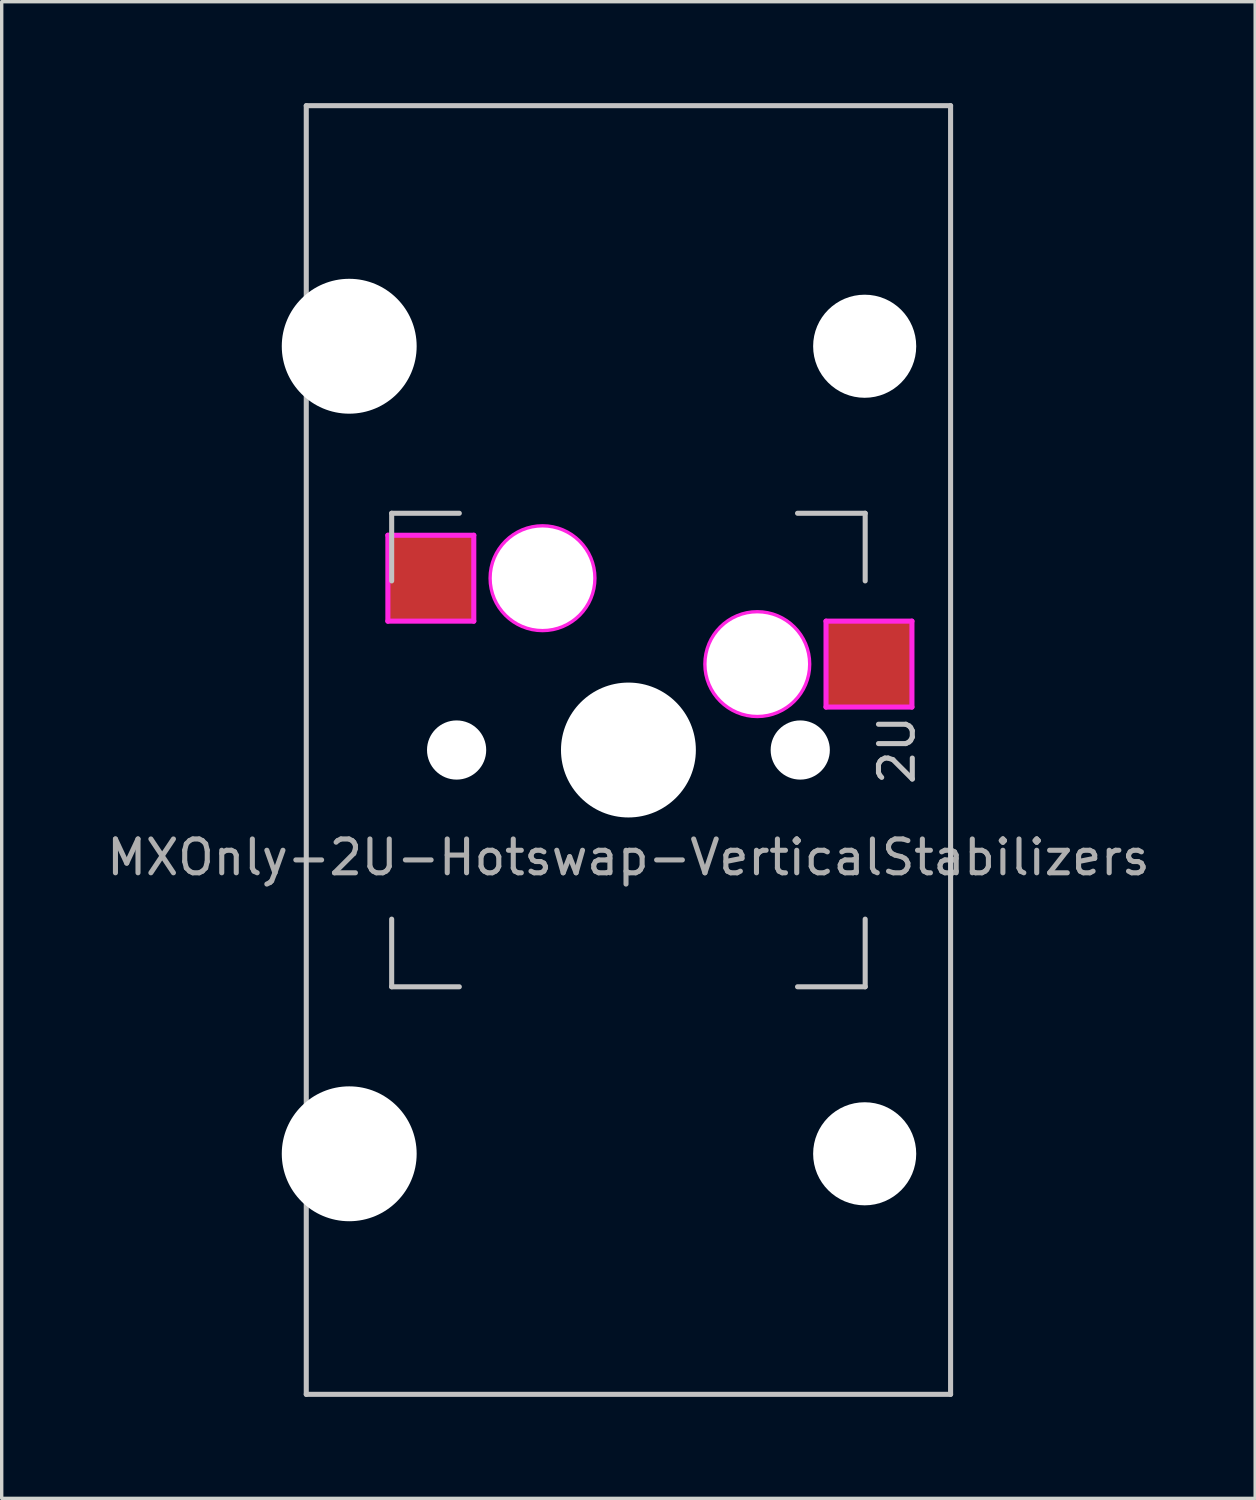
<source format=kicad_pcb>
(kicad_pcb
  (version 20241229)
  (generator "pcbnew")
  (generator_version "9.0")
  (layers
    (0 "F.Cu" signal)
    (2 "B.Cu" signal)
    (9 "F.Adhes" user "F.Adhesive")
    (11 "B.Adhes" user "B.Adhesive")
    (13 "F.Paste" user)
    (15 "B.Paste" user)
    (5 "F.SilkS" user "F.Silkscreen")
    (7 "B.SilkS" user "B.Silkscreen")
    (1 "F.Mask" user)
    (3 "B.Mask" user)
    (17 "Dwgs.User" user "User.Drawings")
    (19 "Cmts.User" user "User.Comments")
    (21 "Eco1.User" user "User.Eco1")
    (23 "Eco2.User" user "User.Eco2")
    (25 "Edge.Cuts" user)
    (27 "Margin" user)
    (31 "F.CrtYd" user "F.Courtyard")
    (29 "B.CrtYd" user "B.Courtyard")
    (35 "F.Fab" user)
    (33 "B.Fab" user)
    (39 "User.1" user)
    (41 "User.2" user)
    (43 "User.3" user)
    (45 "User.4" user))
  (footprint "MXOnly-2U-Hotswap-VerticalStabilizers"
    (layer "F.Cu")
    (at 15.53 19.125)
    (property "Reference" "MXOnly-2U-Hotswap-VerticalStabilizers" (at 0 3.175 0) (layer "F.Fab") (effects (font (size 1 1) (thickness 0.15))))
    (attr through_hole)
    (fp_line (start -9.525 19.05) (end -9.525 -19.05) (stroke (width 0.15) (type solid)) (layer "Dwgs.User"))
    (fp_line (start -9.525 19.05) (end 9.525 19.05) (stroke (width 0.15) (type solid)) (layer "Dwgs.User"))
    (fp_line (start -7 -7) (end -7 -5) (stroke (width 0.15) (type solid)) (layer "Dwgs.User"))
    (fp_line (start -7 7) (end -7 5) (stroke (width 0.15) (type solid)) (layer "Dwgs.User"))
    (fp_line (start -5 -7) (end -7 -7) (stroke (width 0.15) (type solid)) (layer "Dwgs.User"))
    (fp_line (start -5 7) (end -7 7) (stroke (width 0.15) (type solid)) (layer "Dwgs.User"))
    (fp_line (start 5 -7) (end 7 -7) (stroke (width 0.15) (type solid)) (layer "Dwgs.User"))
    (fp_line (start 7 -7) (end 7 -5) (stroke (width 0.15) (type solid)) (layer "Dwgs.User"))
    (fp_line (start 7 5) (end 7 7) (stroke (width 0.15) (type solid)) (layer "Dwgs.User"))
    (fp_line (start 7 7) (end 5 7) (stroke (width 0.15) (type solid)) (layer "Dwgs.User"))
    (fp_line (start 9.525 -19.05) (end -9.525 -19.05) (stroke (width 0.15) (type solid)) (layer "Dwgs.User"))
    (fp_line (start 9.525 19.05) (end 9.525 -19.05) (stroke (width 0.15) (type solid)) (layer "Dwgs.User"))
    (fp_line (start -7.112 -6.35) (end -7.112 -3.81) (stroke (width 0.15) (type solid)) (layer "F.CrtYd"))
    (fp_line (start -7.112 -3.81) (end -4.572 -3.81) (stroke (width 0.15) (type solid)) (layer "F.CrtYd"))
    (fp_line (start -4.572 -6.35) (end -7.112 -6.35) (stroke (width 0.15) (type solid)) (layer "F.CrtYd"))
    (fp_line (start -4.572 -3.81) (end -4.572 -6.35) (stroke (width 0.15) (type solid)) (layer "F.CrtYd"))
    (fp_line (start 5.842 -3.81) (end 5.842 -1.27) (stroke (width 0.15) (type solid)) (layer "F.CrtYd"))
    (fp_line (start 5.842 -1.27) (end 8.382 -1.27) (stroke (width 0.15) (type solid)) (layer "F.CrtYd"))
    (fp_line (start 8.382 -3.81) (end 5.842 -3.81) (stroke (width 0.15) (type solid)) (layer "F.CrtYd"))
    (fp_line (start 8.382 -1.27) (end 8.382 -3.81) (stroke (width 0.15) (type solid)) (layer "F.CrtYd"))
    (fp_circle (center -2.54 -5.08) (end -2.54 -6.604) (stroke (width 0.15) (type solid)) (fill no) (layer "F.CrtYd"))
    (fp_circle (center 3.81 -2.54) (end 3.81 -4.064) (stroke (width 0.15) (type solid)) (fill no) (layer "F.CrtYd"))
    (fp_text user "2U" (at 7.938 0 90) (layer "Dwgs.User") (effects (font (size 1 1) (thickness 0.15))))
    (pad "" np_thru_hole circle (at -8.255 -11.938 270) (size 3.988 3.988) (drill 3.988) (layers "*.Cu" "*.Mask"))
    (pad "" np_thru_hole circle (at -8.255 11.938 270) (size 3.988 3.988) (drill 3.988) (layers "*.Cu" "*.Mask"))
    (pad "" np_thru_hole circle (at -5.08 0 311.9) (size 1.75 1.75) (drill 1.75) (layers "*.Cu" "*.Mask"))
    (pad "" np_thru_hole circle (at -2.54 -5.08) (size 3 3) (drill 3) (layers "*.Cu" "*.Mask"))
    (pad "" np_thru_hole circle (at 0 0) (size 3.988 3.988) (drill 3.988) (layers "*.Cu" "*.Mask"))
    (pad "" np_thru_hole circle (at 3.81 -2.54) (size 3 3) (drill 3) (layers "*.Cu" "*.Mask"))
    (pad "" np_thru_hole circle (at 5.08 0 311.9) (size 1.75 1.75) (drill 1.75) (layers "*.Cu" "*.Mask"))
    (pad "" np_thru_hole circle (at 6.985 -11.938 180) (size 3.048 3.048) (drill 3.048) (layers "*.Cu" "*.Mask"))
    (pad "" np_thru_hole circle (at 6.985 11.938 270) (size 3.048 3.048) (drill 3.048) (layers "*.Cu" "*.Mask"))
    (pad "1" smd rect (at 7.085 -2.54) (size 2.55 2.5) (layers "F.Cu" "F.Mask" "F.Paste"))
    (pad "2" smd rect (at -5.842 -5.08) (size 2.55 2.5) (layers "F.Cu" "F.Mask" "F.Paste")))
  (gr_rect
    (start -3 -3)
    (end 34.06 41.25)
    (stroke (width 0.1) (type default))
    (fill no)
    (layer "Edge.Cuts")))
</source>
